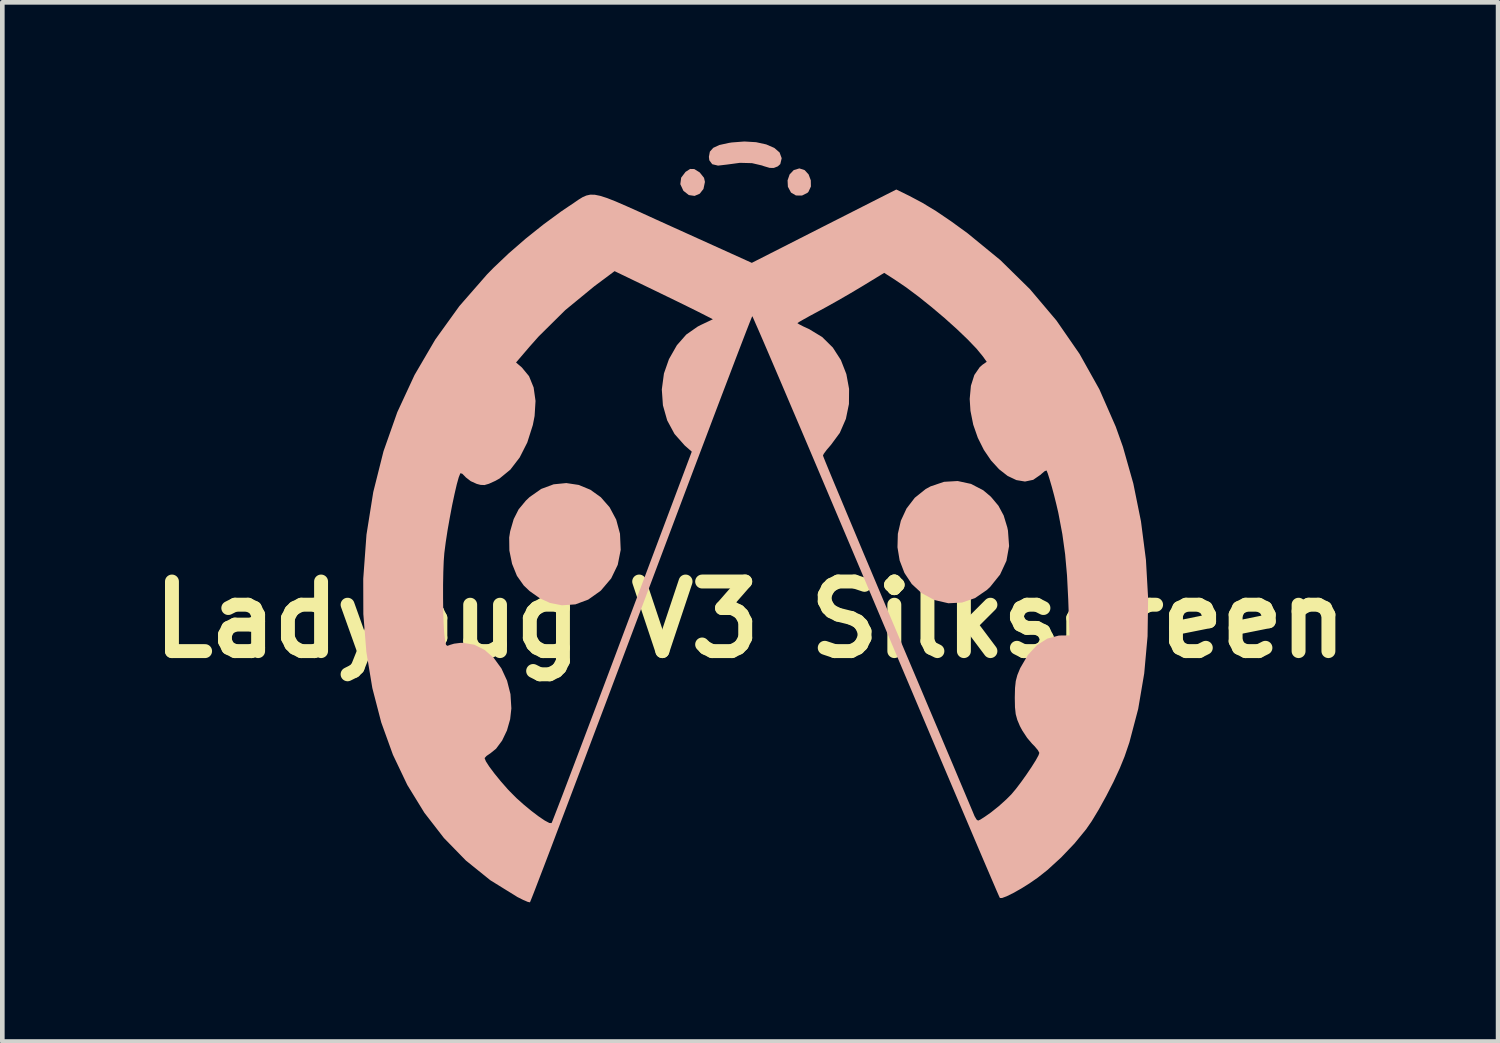
<source format=kicad_pcb>
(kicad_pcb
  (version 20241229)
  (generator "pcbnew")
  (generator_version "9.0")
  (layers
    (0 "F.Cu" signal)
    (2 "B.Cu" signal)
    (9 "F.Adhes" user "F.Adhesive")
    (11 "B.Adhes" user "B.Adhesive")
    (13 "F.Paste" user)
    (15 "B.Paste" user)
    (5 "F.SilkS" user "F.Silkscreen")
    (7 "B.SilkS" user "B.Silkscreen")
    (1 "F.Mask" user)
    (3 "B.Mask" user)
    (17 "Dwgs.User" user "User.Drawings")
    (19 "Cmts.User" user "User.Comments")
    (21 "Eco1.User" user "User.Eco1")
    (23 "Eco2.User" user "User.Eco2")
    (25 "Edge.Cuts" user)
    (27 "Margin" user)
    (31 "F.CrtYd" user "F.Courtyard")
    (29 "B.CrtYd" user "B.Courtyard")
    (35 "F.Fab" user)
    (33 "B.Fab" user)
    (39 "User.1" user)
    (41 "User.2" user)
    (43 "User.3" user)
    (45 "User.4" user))
  (footprint "Ladybug V3 Silkscreen"
    (layer "F.Cu")
    (at 13.121 10.307)
    (property "Reference" "Ladybug V3 Silkscreen" (at 0 0 0) (layer "F.SilkS") (effects (font (size 1.5 1.5) (thickness 0.3))))
    (attr board_only exclude_from_pos_files exclude_from_bom)
    (fp_poly (pts (xy -1.205 -9.713) (xy -1.094 -9.644) (xy -1.087 -9.639) (xy -0.995 -9.524) (xy -0.975 -9.436) (xy -1.007 -9.284) (xy -1.088 -9.181) (xy -1.199 -9.134) (xy -1.322 -9.152) (xy -1.437 -9.242) (xy -1.441 -9.247) (xy -1.506 -9.387) (xy -1.488 -9.527) (xy -1.393 -9.652) (xy -1.295 -9.715)) (stroke (width 0) (type solid)) (fill yes) (layer "B.SilkS"))
    (fp_poly (pts (xy 1.174 -9.69) (xy 1.26 -9.596) (xy 1.307 -9.469) (xy 1.309 -9.336) (xy 1.256 -9.222) (xy 1.237 -9.202) (xy 1.118 -9.142) (xy 0.987 -9.143) (xy 0.88 -9.206) (xy 0.88 -9.206) (xy 0.813 -9.331) (xy 0.806 -9.469) (xy 0.85 -9.597) (xy 0.938 -9.69) (xy 1.06 -9.727) (xy 1.06 -9.727)) (stroke (width 0) (type solid)) (fill yes) (layer "B.SilkS"))
    (fp_poly (pts (xy 0.127 -10.292) (xy 0.346 -10.244) (xy 0.519 -10.169) (xy 0.634 -10.07) (xy 0.678 -9.95) (xy 0.678 -9.941) (xy 0.649 -9.82) (xy 0.596 -9.771) (xy 0.51 -9.737) (xy 0.42 -9.738) (xy 0.295 -9.775) (xy 0.254 -9.79) (xy 0.04 -9.84) (xy -0.22 -9.847) (xy -0.497 -9.81) (xy -0.504 -9.809) (xy -0.693 -9.787) (xy -0.818 -9.817) (xy -0.881 -9.902) (xy -0.89 -9.977) (xy -0.869 -10.088) (xy -0.797 -10.17) (xy -0.665 -10.231) (xy -0.461 -10.276) (xy -0.399 -10.286) (xy -0.125 -10.307)) (stroke (width 0) (type solid)) (fill yes) (layer "B.SilkS"))
    (fp_poly (pts (xy -3.697 -2.904) (xy -3.445 -2.8) (xy -3.219 -2.638) (xy -3.03 -2.422) (xy -2.888 -2.156) (xy -2.806 -1.851) (xy -2.791 -1.504) (xy -2.855 -1.181) (xy -2.996 -0.889) (xy -3.213 -0.633) (xy -3.23 -0.617) (xy -3.491 -0.432) (xy -3.768 -0.329) (xy -4.058 -0.309) (xy -4.316 -0.36) (xy -4.535 -0.46) (xy -4.756 -0.617) (xy -4.881 -0.736) (xy -5.028 -0.944) (xy -5.133 -1.204) (xy -5.191 -1.489) (xy -5.195 -1.771) (xy -5.174 -1.904) (xy -5.098 -2.167) (xy -4.991 -2.378) (xy -4.835 -2.566) (xy -4.754 -2.643) (xy -4.504 -2.818) (xy -4.237 -2.917) (xy -3.964 -2.944)) (stroke (width 0) (type solid)) (fill yes) (layer "B.SilkS"))
    (fp_poly (pts (xy 4.76 -2.926) (xy 5.025 -2.788) (xy 5.188 -2.65) (xy 5.351 -2.456) (xy 5.464 -2.246) (xy 5.542 -1.99) (xy 5.557 -1.918) (xy 5.581 -1.586) (xy 5.524 -1.268) (xy 5.387 -0.972) (xy 5.174 -0.707) (xy 5.104 -0.641) (xy 4.846 -0.464) (xy 4.566 -0.368) (xy 4.273 -0.353) (xy 3.976 -0.422) (xy 3.963 -0.427) (xy 3.696 -0.571) (xy 3.483 -0.768) (xy 3.325 -1.007) (xy 3.222 -1.275) (xy 3.175 -1.56) (xy 3.183 -1.85) (xy 3.248 -2.132) (xy 3.37 -2.395) (xy 3.548 -2.627) (xy 3.784 -2.816) (xy 3.889 -2.873) (xy 4.179 -2.971) (xy 4.473 -2.988)) (stroke (width 0) (type solid)) (fill yes) (layer "B.SilkS"))
    (fp_poly (pts (xy 3.43 -9.135) (xy 3.709 -8.987) (xy 4.005 -8.808) (xy 4.331 -8.587) (xy 4.686 -8.329) (xy 5.393 -7.75) (xy 6.032 -7.122) (xy 6.602 -6.448) (xy 7.1 -5.728) (xy 7.527 -4.965) (xy 7.88 -4.16) (xy 8.035 -3.725) (xy 8.259 -2.934) (xy 8.424 -2.119) (xy 8.531 -1.29) (xy 8.578 -0.46) (xy 8.566 0.36) (xy 8.494 1.159) (xy 8.364 1.925) (xy 8.174 2.647) (xy 8.07 2.952) (xy 7.966 3.207) (xy 7.831 3.498) (xy 7.676 3.8) (xy 7.516 4.09) (xy 7.362 4.345) (xy 7.241 4.52) (xy 6.992 4.824) (xy 6.704 5.126) (xy 6.405 5.399) (xy 6.196 5.564) (xy 6.021 5.685) (xy 5.842 5.797) (xy 5.673 5.892) (xy 5.53 5.963) (xy 5.428 6.001) (xy 5.383 6) (xy 5.363 5.958) (xy 5.312 5.842) (xy 5.232 5.656) (xy 5.124 5.404) (xy 4.99 5.091) (xy 4.832 4.72) (xy 4.652 4.296) (xy 4.451 3.823) (xy 4.231 3.305) (xy 3.994 2.747) (xy 3.742 2.151) (xy 3.477 1.524) (xy 3.199 0.868) (xy 2.912 0.188) (xy 2.711 -0.287) (xy 2.418 -0.98) (xy 2.134 -1.651) (xy 1.86 -2.297) (xy 1.599 -2.913) (xy 1.352 -3.496) (xy 1.121 -4.04) (xy 0.907 -4.541) (xy 0.713 -4.997) (xy 0.54 -5.402) (xy 0.39 -5.752) (xy 0.265 -6.043) (xy 0.166 -6.271) (xy 0.113 -6.391) (xy 1.018 -6.391) (xy 1.053 -6.368) (xy 1.146 -6.32) (xy 1.272 -6.262) (xy 1.552 -6.092) (xy 1.781 -5.866) (xy 1.955 -5.596) (xy 2.073 -5.294) (xy 2.132 -4.974) (xy 2.129 -4.648) (xy 2.063 -4.327) (xy 1.932 -4.026) (xy 1.742 -3.768) (xy 1.65 -3.661) (xy 1.587 -3.576) (xy 1.569 -3.538) (xy 1.585 -3.494) (xy 1.632 -3.377) (xy 1.708 -3.192) (xy 1.81 -2.946) (xy 1.937 -2.643) (xy 2.085 -2.288) (xy 2.253 -1.888) (xy 2.438 -1.446) (xy 2.639 -0.97) (xy 2.852 -0.464) (xy 3.076 0.067) (xy 3.184 0.323) (xy 3.413 0.864) (xy 3.634 1.385) (xy 3.842 1.879) (xy 4.038 2.341) (xy 4.217 2.766) (xy 4.379 3.148) (xy 4.519 3.482) (xy 4.637 3.761) (xy 4.73 3.982) (xy 4.796 4.138) (xy 4.831 4.223) (xy 4.837 4.237) (xy 4.88 4.31) (xy 4.913 4.332) (xy 4.964 4.309) (xy 5.062 4.246) (xy 5.187 4.158) (xy 5.2 4.148) (xy 5.36 4.02) (xy 5.522 3.874) (xy 5.63 3.766) (xy 5.728 3.649) (xy 5.841 3.5) (xy 5.958 3.336) (xy 6.067 3.174) (xy 6.157 3.031) (xy 6.216 2.923) (xy 6.233 2.872) (xy 6.204 2.817) (xy 6.132 2.73) (xy 6.078 2.676) (xy 5.971 2.55) (xy 5.865 2.389) (xy 5.814 2.294) (xy 5.758 2.161) (xy 5.724 2.037) (xy 5.708 1.89) (xy 5.704 1.691) (xy 5.704 1.678) (xy 5.709 1.474) (xy 5.725 1.324) (xy 5.759 1.195) (xy 5.817 1.054) (xy 5.823 1.041) (xy 5.986 0.762) (xy 6.183 0.549) (xy 6.407 0.408) (xy 6.65 0.344) (xy 6.717 0.341) (xy 6.883 0.34) (xy 6.856 -0.435) (xy 6.83 -0.951) (xy 6.789 -1.41) (xy 6.729 -1.843) (xy 6.647 -2.278) (xy 6.639 -2.317) (xy 6.599 -2.488) (xy 6.552 -2.677) (xy 6.502 -2.863) (xy 6.454 -3.027) (xy 6.415 -3.15) (xy 6.39 -3.212) (xy 6.388 -3.215) (xy 6.349 -3.201) (xy 6.278 -3.141) (xy 6.263 -3.126) (xy 6.101 -3.014) (xy 5.924 -2.977) (xy 5.738 -3.008) (xy 5.549 -3.098) (xy 5.365 -3.242) (xy 5.192 -3.431) (xy 5.037 -3.659) (xy 4.907 -3.919) (xy 4.808 -4.203) (xy 4.748 -4.503) (xy 4.732 -4.757) (xy 4.758 -5.041) (xy 4.832 -5.274) (xy 4.95 -5.445) (xy 5.008 -5.495) (xy 5.099 -5.558) (xy 5.013 -5.678) (xy 4.878 -5.842) (xy 4.686 -6.042) (xy 4.452 -6.266) (xy 4.189 -6.502) (xy 3.91 -6.738) (xy 3.629 -6.963) (xy 3.36 -7.164) (xy 3.13 -7.32) (xy 2.889 -7.475) (xy 2.4 -7.177) (xy 2.163 -7.036) (xy 1.9 -6.884) (xy 1.645 -6.741) (xy 1.464 -6.643) (xy 1.291 -6.55) (xy 1.149 -6.471) (xy 1.053 -6.416) (xy 1.018 -6.391) (xy 1.018 -6.391) (xy 0.113 -6.391) (xy 0.095 -6.433) (xy 0.055 -6.523) (xy 0.045 -6.541) (xy 0.028 -6.502) (xy -0.018 -6.387) (xy -0.09 -6.202) (xy -0.187 -5.95) (xy -0.308 -5.635) (xy -0.45 -5.261) (xy -0.613 -4.834) (xy -0.794 -4.357) (xy -0.992 -3.833) (xy -1.206 -3.269) (xy -1.433 -2.667) (xy -1.672 -2.032) (xy -1.922 -1.368) (xy -2.181 -0.68) (xy -2.35 -0.231) (xy -2.614 0.471) (xy -2.87 1.151) (xy -3.116 1.805) (xy -3.352 2.429) (xy -3.574 3.019) (xy -3.783 3.57) (xy -3.975 4.078) (xy -4.15 4.539) (xy -4.305 4.949) (xy -4.44 5.303) (xy -4.553 5.597) (xy -4.641 5.827) (xy -4.704 5.988) (xy -4.74 6.077) (xy -4.747 6.094) (xy -4.795 6.084) (xy -4.895 6.041) (xy -5.026 5.975) (xy -5.026 5.974) (xy -5.601 5.618) (xy -6.127 5.194) (xy -6.601 4.708) (xy -7.023 4.163) (xy -7.391 3.564) (xy -7.701 2.913) (xy -7.953 2.215) (xy -8.145 1.475) (xy -8.274 0.695) (xy -8.339 -0.12) (xy -8.34 -0.465) (xy -6.62 -0.465) (xy -6.617 -0.183) (xy -6.609 0.07) (xy -6.597 0.27) (xy -6.593 0.315) (xy -6.575 0.462) (xy -6.557 0.541) (xy -6.531 0.565) (xy -6.488 0.552) (xy -6.477 0.546) (xy -6.382 0.518) (xy -6.246 0.501) (xy -6.193 0.5) (xy -5.948 0.54) (xy -5.724 0.653) (xy -5.526 0.827) (xy -5.363 1.051) (xy -5.241 1.315) (xy -5.167 1.606) (xy -5.148 1.913) (xy -5.174 2.147) (xy -5.243 2.389) (xy -5.348 2.608) (xy -5.478 2.783) (xy -5.598 2.88) (xy -5.683 2.938) (xy -5.724 2.983) (xy -5.724 2.987) (xy -5.697 3.055) (xy -5.623 3.17) (xy -5.512 3.318) (xy -5.376 3.485) (xy -5.225 3.657) (xy -5.178 3.706) (xy -5.038 3.847) (xy -4.879 3.989) (xy -4.715 4.124) (xy -4.561 4.241) (xy -4.428 4.331) (xy -4.33 4.383) (xy -4.282 4.386) (xy -4.263 4.343) (xy -4.217 4.225) (xy -4.145 4.039) (xy -4.049 3.789) (xy -3.932 3.481) (xy -3.795 3.12) (xy -3.641 2.713) (xy -3.471 2.263) (xy -3.287 1.777) (xy -3.092 1.259) (xy -2.888 0.716) (xy -2.757 0.366) (xy -1.259 -3.621) (xy -1.411 -3.754) (xy -1.631 -4.002) (xy -1.789 -4.295) (xy -1.881 -4.62) (xy -1.905 -4.962) (xy -1.859 -5.306) (xy -1.751 -5.615) (xy -1.58 -5.915) (xy -1.378 -6.145) (xy -1.132 -6.317) (xy -1.06 -6.354) (xy -0.804 -6.475) (xy -1.049 -6.6) (xy -1.162 -6.657) (xy -1.336 -6.743) (xy -1.554 -6.85) (xy -1.801 -6.97) (xy -2.061 -7.096) (xy -2.108 -7.119) (xy -2.923 -7.512) (xy -3.359 -7.187) (xy -3.986 -6.672) (xy -4.559 -6.105) (xy -4.756 -5.883) (xy -5.047 -5.543) (xy -4.923 -5.437) (xy -4.767 -5.248) (xy -4.668 -5.005) (xy -4.627 -4.715) (xy -4.647 -4.39) (xy -4.685 -4.195) (xy -4.805 -3.818) (xy -4.969 -3.495) (xy -5.17 -3.233) (xy -5.403 -3.042) (xy -5.492 -2.992) (xy -5.631 -2.929) (xy -5.727 -2.901) (xy -5.814 -2.905) (xy -5.894 -2.926) (xy -6.024 -2.985) (xy -6.13 -3.067) (xy -6.143 -3.082) (xy -6.206 -3.145) (xy -6.246 -3.156) (xy -6.248 -3.154) (xy -6.282 -3.069) (xy -6.325 -2.915) (xy -6.373 -2.708) (xy -6.425 -2.464) (xy -6.475 -2.199) (xy -6.523 -1.928) (xy -6.563 -1.667) (xy -6.593 -1.434) (xy -6.606 -1.262) (xy -6.615 -1.028) (xy -6.62 -0.754) (xy -6.62 -0.465) (xy -8.34 -0.465) (xy -8.341 -0.88) (xy -8.271 -1.833) (xy -8.125 -2.75) (xy -7.904 -3.63) (xy -7.607 -4.472) (xy -7.235 -5.274) (xy -6.788 -6.038) (xy -6.268 -6.76) (xy -5.673 -7.441) (xy -5.533 -7.584) (xy -5.21 -7.891) (xy -4.844 -8.209) (xy -4.461 -8.515) (xy -4.089 -8.789) (xy -3.921 -8.903) (xy -3.8 -8.984) (xy -3.7 -9.053) (xy -3.614 -9.106) (xy -3.532 -9.142) (xy -3.447 -9.161) (xy -3.349 -9.159) (xy -3.232 -9.135) (xy -3.085 -9.088) (xy -2.902 -9.016) (xy -2.674 -8.917) (xy -2.392 -8.791) (xy -2.048 -8.634) (xy -1.662 -8.459) (xy 0.035 -7.691) (xy 1.592 -8.482) (xy 3.15 -9.272)) (stroke (width 0) (type solid)) (fill yes) (layer "B.SilkS")))
  (gr_rect
    (start -3 -3)
    (end 29.243 19.401)
    (stroke (width 0.1) (type default))
    (fill no)
    (layer "Edge.Cuts")))
</source>
